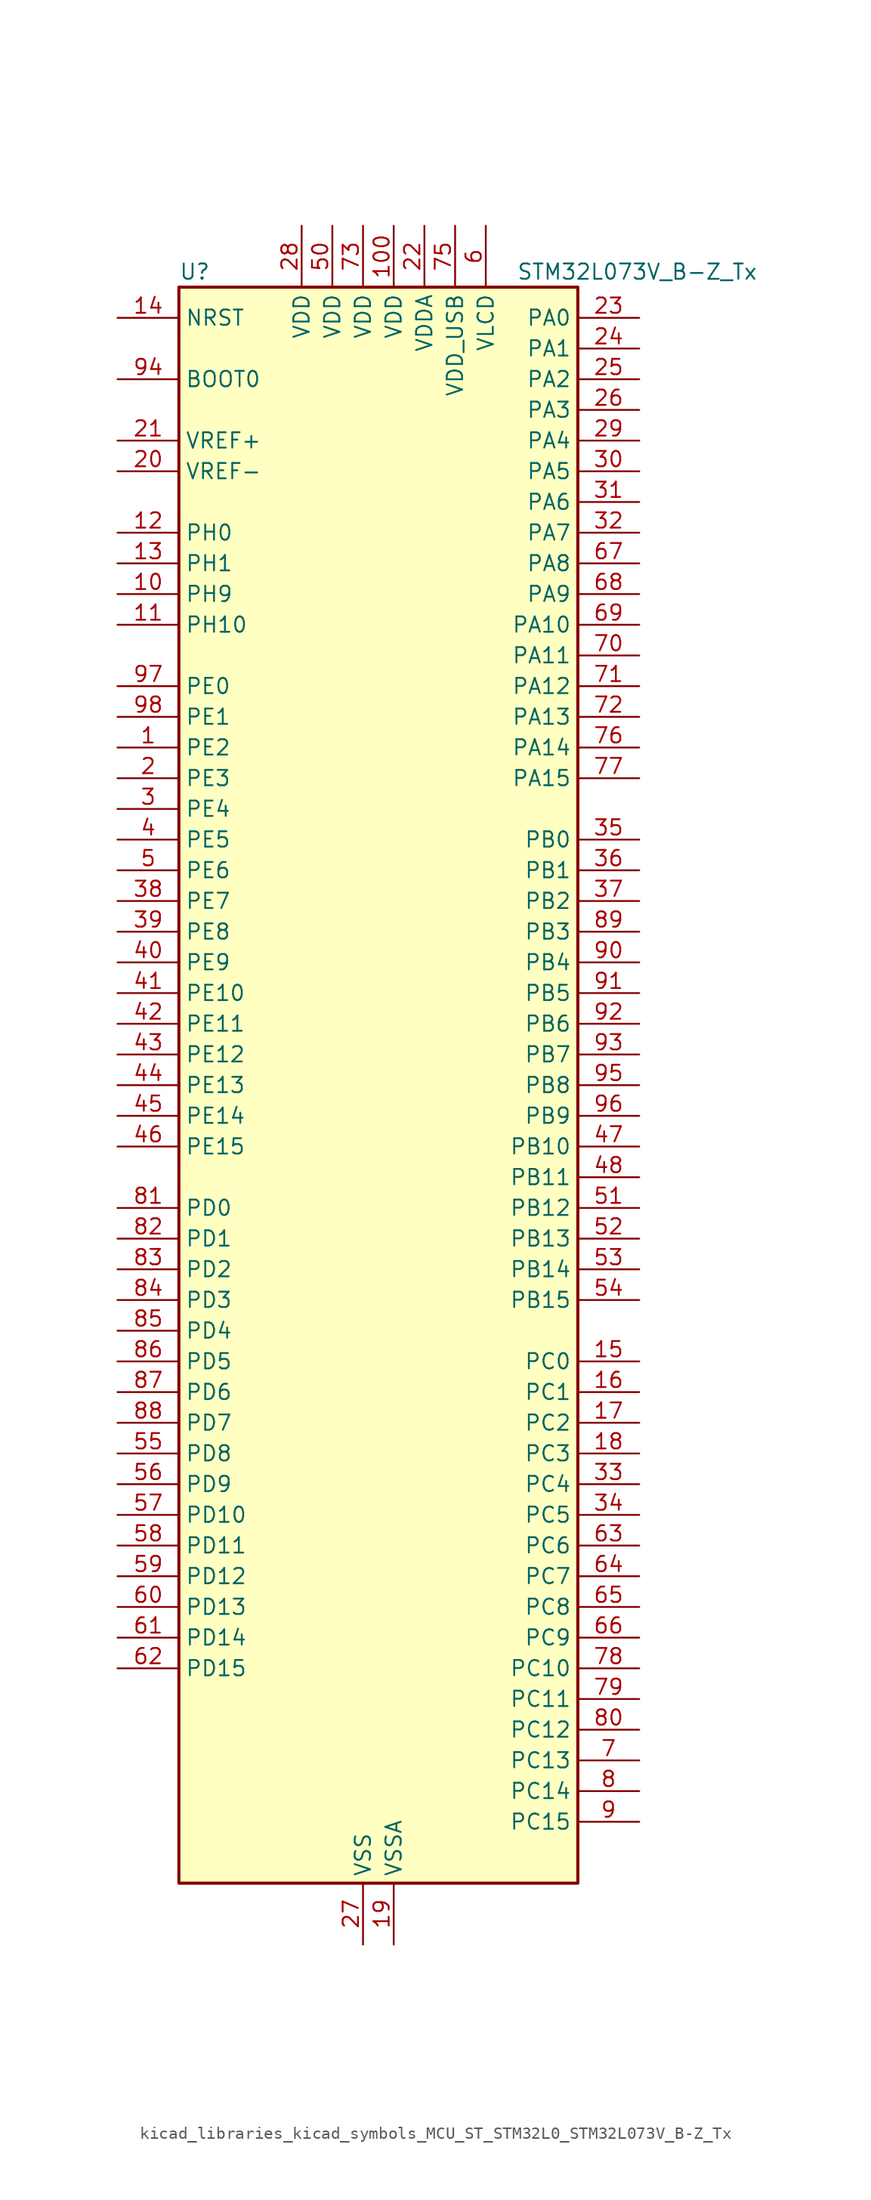
<source format=kicad_sym>
(kicad_symbol_lib
  (version 20220914)
  (generator kicad_symbol_editor)
  (symbol "kicad_libraries_kicad_symbols_MCU_ST_STM32L0_STM32L073V_B-Z_Tx"
    (property "Reference" "U"
      (at -15.24 67.31 0)
      (effects (font (size 1.27 1.27)) (justify left)))
    (property "Value" "STM32L073V_B-Z_Tx"
      (at 12.7 67.31 0)
      (effects (font (size 1.27 1.27)) (justify left)))
    (property "ki_locked" ""
      (at 0 0 0)
      (effects (font (size 1.27 1.27))))
    (symbol "kicad_libraries_kicad_symbols_MCU_ST_STM32L0_STM32L073V_B-Z_Tx_0_1"
      (rectangle (start -15.24 -66.04) (end 17.78 66.04) (stroke (width 0.254) (type default)) (fill (type background))))
    (symbol "kicad_libraries_kicad_symbols_MCU_ST_STM32L0_STM32L073V_B-Z_Tx_1_1"
      (pin bidirectional line (at -20.32 27.94 0) (length 5.08) (name "PE2" (effects (font (size 1.27 1.27)))) (number "1" (effects (font (size 1.27 1.27)))) (alternate "LCD_SEG38" bidirectional line) (alternate "TIM3_ETR" bidirectional line))
      (pin bidirectional line (at -20.32 40.64 0) (length 5.08) (name "PH9" (effects (font (size 1.27 1.27)))) (number "10" (effects (font (size 1.27 1.27)))) (alternate "DAC_EXTI9" bidirectional line))
      (pin power_in line (at 2.54 71.12 270) (length 5.08) (name "VDD" (effects (font (size 1.27 1.27)))) (number "100" (effects (font (size 1.27 1.27)))))
      (pin bidirectional line (at -20.32 38.1 0) (length 5.08) (name "PH10" (effects (font (size 1.27 1.27)))) (number "11" (effects (font (size 1.27 1.27)))))
      (pin bidirectional line (at -20.32 45.72 0) (length 5.08) (name "PH0" (effects (font (size 1.27 1.27)))) (number "12" (effects (font (size 1.27 1.27)))) (alternate "CRS_SYNC" bidirectional line) (alternate "RCC_OSC_IN" bidirectional line))
      (pin bidirectional line (at -20.32 43.18 0) (length 5.08) (name "PH1" (effects (font (size 1.27 1.27)))) (number "13" (effects (font (size 1.27 1.27)))) (alternate "RCC_OSC_OUT" bidirectional line))
      (pin input line (at -20.32 63.5 0) (length 5.08) (name "NRST" (effects (font (size 1.27 1.27)))) (number "14" (effects (font (size 1.27 1.27)))))
      (pin bidirectional line (at 22.86 -22.86 180) (length 5.08) (name "PC0" (effects (font (size 1.27 1.27)))) (number "15" (effects (font (size 1.27 1.27)))) (alternate "ADC_IN10" bidirectional line) (alternate "I2C3_SCL" bidirectional line) (alternate "LCD_SEG18" bidirectional line) (alternate "LPTIM1_IN1" bidirectional line) (alternate "LPUART1_RX" bidirectional line) (alternate "TSC_G7_IO1" bidirectional line))
      (pin bidirectional line (at 22.86 -25.4 180) (length 5.08) (name "PC1" (effects (font (size 1.27 1.27)))) (number "16" (effects (font (size 1.27 1.27)))) (alternate "ADC_IN11" bidirectional line) (alternate "I2C3_SDA" bidirectional line) (alternate "LCD_SEG19" bidirectional line) (alternate "LPTIM1_OUT" bidirectional line) (alternate "LPUART1_TX" bidirectional line) (alternate "TSC_G7_IO2" bidirectional line))
      (pin bidirectional line (at 22.86 -27.94 180) (length 5.08) (name "PC2" (effects (font (size 1.27 1.27)))) (number "17" (effects (font (size 1.27 1.27)))) (alternate "ADC_IN12" bidirectional line) (alternate "I2S2_MCK" bidirectional line) (alternate "LCD_SEG20" bidirectional line) (alternate "LPTIM1_IN2" bidirectional line) (alternate "SPI2_MISO" bidirectional line) (alternate "TSC_G7_IO3" bidirectional line))
      (pin bidirectional line (at 22.86 -30.48 180) (length 5.08) (name "PC3" (effects (font (size 1.27 1.27)))) (number "18" (effects (font (size 1.27 1.27)))) (alternate "ADC_IN13" bidirectional line) (alternate "I2S2_SD" bidirectional line) (alternate "LCD_SEG21" bidirectional line) (alternate "LPTIM1_ETR" bidirectional line) (alternate "SPI2_MOSI" bidirectional line) (alternate "TSC_G7_IO4" bidirectional line))
      (pin power_in line (at 2.54 -71.12 90) (length 5.08) (name "VSSA" (effects (font (size 1.27 1.27)))) (number "19" (effects (font (size 1.27 1.27)))))
      (pin bidirectional line (at -20.32 25.4 0) (length 5.08) (name "PE3" (effects (font (size 1.27 1.27)))) (number "2" (effects (font (size 1.27 1.27)))) (alternate "LCD_SEG39" bidirectional line) (alternate "TIM22_CH1" bidirectional line) (alternate "TIM3_CH1" bidirectional line))
      (pin input line (at -20.32 50.8 0) (length 5.08) (name "VREF-" (effects (font (size 1.27 1.27)))) (number "20" (effects (font (size 1.27 1.27)))))
      (pin input line (at -20.32 53.34 0) (length 5.08) (name "VREF+" (effects (font (size 1.27 1.27)))) (number "21" (effects (font (size 1.27 1.27)))))
      (pin power_in line (at 5.08 71.12 270) (length 5.08) (name "VDDA" (effects (font (size 1.27 1.27)))) (number "22" (effects (font (size 1.27 1.27)))))
      (pin bidirectional line (at 22.86 63.5 180) (length 5.08) (name "PA0" (effects (font (size 1.27 1.27)))) (number "23" (effects (font (size 1.27 1.27)))) (alternate "ADC_IN0" bidirectional line) (alternate "COMP1_INM" bidirectional line) (alternate "COMP1_OUT" bidirectional line) (alternate "RTC_TAMP2" bidirectional line) (alternate "SYS_WKUP1" bidirectional line) (alternate "TIM2_CH1" bidirectional line) (alternate "TIM2_ETR" bidirectional line) (alternate "TSC_G1_IO1" bidirectional line) (alternate "USART2_CTS" bidirectional line) (alternate "USART4_TX" bidirectional line))
      (pin bidirectional line (at 22.86 60.96 180) (length 5.08) (name "PA1" (effects (font (size 1.27 1.27)))) (number "24" (effects (font (size 1.27 1.27)))) (alternate "ADC_IN1" bidirectional line) (alternate "COMP1_INP" bidirectional line) (alternate "LCD_SEG0" bidirectional line) (alternate "TIM21_ETR" bidirectional line) (alternate "TIM2_CH2" bidirectional line) (alternate "TSC_G1_IO2" bidirectional line) (alternate "USART2_DE" bidirectional line) (alternate "USART2_RTS" bidirectional line) (alternate "USART4_RX" bidirectional line))
      (pin bidirectional line (at 22.86 58.42 180) (length 5.08) (name "PA2" (effects (font (size 1.27 1.27)))) (number "25" (effects (font (size 1.27 1.27)))) (alternate "ADC_IN2" bidirectional line) (alternate "COMP2_INM" bidirectional line) (alternate "COMP2_OUT" bidirectional line) (alternate "LCD_SEG1" bidirectional line) (alternate "LPUART1_TX" bidirectional line) (alternate "TIM21_CH1" bidirectional line) (alternate "TIM2_CH3" bidirectional line) (alternate "TSC_G1_IO3" bidirectional line) (alternate "USART2_TX" bidirectional line))
      (pin bidirectional line (at 22.86 55.88 180) (length 5.08) (name "PA3" (effects (font (size 1.27 1.27)))) (number "26" (effects (font (size 1.27 1.27)))) (alternate "ADC_IN3" bidirectional line) (alternate "COMP2_INP" bidirectional line) (alternate "LCD_SEG2" bidirectional line) (alternate "LPUART1_RX" bidirectional line) (alternate "TIM21_CH2" bidirectional line) (alternate "TIM2_CH4" bidirectional line) (alternate "TSC_G1_IO4" bidirectional line) (alternate "USART2_RX" bidirectional line))
      (pin power_in line (at 0 -71.12 90) (length 5.08) (name "VSS" (effects (font (size 1.27 1.27)))) (number "27" (effects (font (size 1.27 1.27)))))
      (pin power_in line (at -5.08 71.12 270) (length 5.08) (name "VDD" (effects (font (size 1.27 1.27)))) (number "28" (effects (font (size 1.27 1.27)))))
      (pin bidirectional line (at 22.86 53.34 180) (length 5.08) (name "PA4" (effects (font (size 1.27 1.27)))) (number "29" (effects (font (size 1.27 1.27)))) (alternate "ADC_IN4" bidirectional line) (alternate "COMP1_INM" bidirectional line) (alternate "COMP2_INM" bidirectional line) (alternate "DAC_OUT1" bidirectional line) (alternate "SPI1_NSS" bidirectional line) (alternate "TIM22_ETR" bidirectional line) (alternate "TSC_G2_IO1" bidirectional line) (alternate "USART2_CK" bidirectional line))
      (pin bidirectional line (at -20.32 22.86 0) (length 5.08) (name "PE4" (effects (font (size 1.27 1.27)))) (number "3" (effects (font (size 1.27 1.27)))) (alternate "TIM22_CH2" bidirectional line) (alternate "TIM3_CH2" bidirectional line))
      (pin bidirectional line (at 22.86 50.8 180) (length 5.08) (name "PA5" (effects (font (size 1.27 1.27)))) (number "30" (effects (font (size 1.27 1.27)))) (alternate "ADC_IN5" bidirectional line) (alternate "COMP1_INM" bidirectional line) (alternate "COMP2_INM" bidirectional line) (alternate "DAC_OUT2" bidirectional line) (alternate "SPI1_SCK" bidirectional line) (alternate "TIM2_CH1" bidirectional line) (alternate "TIM2_ETR" bidirectional line) (alternate "TSC_G2_IO2" bidirectional line))
      (pin bidirectional line (at 22.86 48.26 180) (length 5.08) (name "PA6" (effects (font (size 1.27 1.27)))) (number "31" (effects (font (size 1.27 1.27)))) (alternate "ADC_IN6" bidirectional line) (alternate "COMP1_OUT" bidirectional line) (alternate "LCD_SEG3" bidirectional line) (alternate "LPUART1_CTS" bidirectional line) (alternate "SPI1_MISO" bidirectional line) (alternate "TIM22_CH1" bidirectional line) (alternate "TIM3_CH1" bidirectional line) (alternate "TSC_G2_IO3" bidirectional line))
      (pin bidirectional line (at 22.86 45.72 180) (length 5.08) (name "PA7" (effects (font (size 1.27 1.27)))) (number "32" (effects (font (size 1.27 1.27)))) (alternate "ADC_IN7" bidirectional line) (alternate "COMP2_OUT" bidirectional line) (alternate "LCD_SEG4" bidirectional line) (alternate "SPI1_MOSI" bidirectional line) (alternate "TIM22_CH2" bidirectional line) (alternate "TIM3_CH2" bidirectional line) (alternate "TSC_G2_IO4" bidirectional line))
      (pin bidirectional line (at 22.86 -33.02 180) (length 5.08) (name "PC4" (effects (font (size 1.27 1.27)))) (number "33" (effects (font (size 1.27 1.27)))) (alternate "ADC_IN14" bidirectional line) (alternate "LCD_SEG22" bidirectional line) (alternate "LPUART1_TX" bidirectional line))
      (pin bidirectional line (at 22.86 -35.56 180) (length 5.08) (name "PC5" (effects (font (size 1.27 1.27)))) (number "34" (effects (font (size 1.27 1.27)))) (alternate "ADC_IN15" bidirectional line) (alternate "LCD_SEG23" bidirectional line) (alternate "LPUART1_RX" bidirectional line) (alternate "TSC_G3_IO1" bidirectional line))
      (pin bidirectional line (at 22.86 20.32 180) (length 5.08) (name "PB0" (effects (font (size 1.27 1.27)))) (number "35" (effects (font (size 1.27 1.27)))) (alternate "ADC_IN8" bidirectional line) (alternate "LCD_SEG5" bidirectional line) (alternate "LCD_VLCD3" bidirectional line) (alternate "SYS_VREF_OUT_PB0" bidirectional line) (alternate "TIM3_CH3" bidirectional line) (alternate "TSC_G3_IO2" bidirectional line))
      (pin bidirectional line (at 22.86 17.78 180) (length 5.08) (name "PB1" (effects (font (size 1.27 1.27)))) (number "36" (effects (font (size 1.27 1.27)))) (alternate "ADC_IN9" bidirectional line) (alternate "LCD_SEG6" bidirectional line) (alternate "LPUART1_DE" bidirectional line) (alternate "LPUART1_RTS" bidirectional line) (alternate "SYS_VREF_OUT_PB1" bidirectional line) (alternate "TIM3_CH4" bidirectional line) (alternate "TSC_G3_IO3" bidirectional line))
      (pin bidirectional line (at 22.86 15.24 180) (length 5.08) (name "PB2" (effects (font (size 1.27 1.27)))) (number "37" (effects (font (size 1.27 1.27)))) (alternate "I2C3_SMBA" bidirectional line) (alternate "LCD_VLCD2" bidirectional line) (alternate "LPTIM1_OUT" bidirectional line) (alternate "TSC_G3_IO4" bidirectional line))
      (pin bidirectional line (at -20.32 15.24 0) (length 5.08) (name "PE7" (effects (font (size 1.27 1.27)))) (number "38" (effects (font (size 1.27 1.27)))) (alternate "LCD_SEG45" bidirectional line) (alternate "USART5_CK" bidirectional line) (alternate "USART5_DE" bidirectional line) (alternate "USART5_RTS" bidirectional line))
      (pin bidirectional line (at -20.32 12.7 0) (length 5.08) (name "PE8" (effects (font (size 1.27 1.27)))) (number "39" (effects (font (size 1.27 1.27)))) (alternate "LCD_SEG46" bidirectional line) (alternate "USART4_TX" bidirectional line))
      (pin bidirectional line (at -20.32 20.32 0) (length 5.08) (name "PE5" (effects (font (size 1.27 1.27)))) (number "4" (effects (font (size 1.27 1.27)))) (alternate "TIM21_CH1" bidirectional line) (alternate "TIM3_CH3" bidirectional line))
      (pin bidirectional line (at -20.32 10.16 0) (length 5.08) (name "PE9" (effects (font (size 1.27 1.27)))) (number "40" (effects (font (size 1.27 1.27)))) (alternate "DAC_EXTI9" bidirectional line) (alternate "LCD_SEG47" bidirectional line) (alternate "TIM2_CH1" bidirectional line) (alternate "TIM2_ETR" bidirectional line) (alternate "USART4_RX" bidirectional line))
      (pin bidirectional line (at -20.32 7.62 0) (length 5.08) (name "PE10" (effects (font (size 1.27 1.27)))) (number "41" (effects (font (size 1.27 1.27)))) (alternate "LCD_SEG40" bidirectional line) (alternate "TIM2_CH2" bidirectional line) (alternate "USART5_TX" bidirectional line))
      (pin bidirectional line (at -20.32 5.08 0) (length 5.08) (name "PE11" (effects (font (size 1.27 1.27)))) (number "42" (effects (font (size 1.27 1.27)))) (alternate "ADC_EXTI11" bidirectional line) (alternate "LCD_VLCD1" bidirectional line) (alternate "TIM2_CH3" bidirectional line) (alternate "USART5_RX" bidirectional line))
      (pin bidirectional line (at -20.32 2.54 0) (length 5.08) (name "PE12" (effects (font (size 1.27 1.27)))) (number "43" (effects (font (size 1.27 1.27)))) (alternate "LCD_VLCD3" bidirectional line) (alternate "SPI1_NSS" bidirectional line) (alternate "TIM2_CH4" bidirectional line))
      (pin bidirectional line (at -20.32 0 0) (length 5.08) (name "PE13" (effects (font (size 1.27 1.27)))) (number "44" (effects (font (size 1.27 1.27)))) (alternate "LCD_SEG41" bidirectional line) (alternate "SPI1_SCK" bidirectional line))
      (pin bidirectional line (at -20.32 -2.54 0) (length 5.08) (name "PE14" (effects (font (size 1.27 1.27)))) (number "45" (effects (font (size 1.27 1.27)))) (alternate "LCD_SEG42" bidirectional line) (alternate "SPI1_MISO" bidirectional line))
      (pin bidirectional line (at -20.32 -5.08 0) (length 5.08) (name "PE15" (effects (font (size 1.27 1.27)))) (number "46" (effects (font (size 1.27 1.27)))) (alternate "LCD_SEG43" bidirectional line) (alternate "SPI1_MOSI" bidirectional line))
      (pin bidirectional line (at 22.86 -5.08 180) (length 5.08) (name "PB10" (effects (font (size 1.27 1.27)))) (number "47" (effects (font (size 1.27 1.27)))) (alternate "I2C2_SCL" bidirectional line) (alternate "LCD_SEG10" bidirectional line) (alternate "LPUART1_RX" bidirectional line) (alternate "LPUART1_TX" bidirectional line) (alternate "SPI2_SCK" bidirectional line) (alternate "TIM2_CH3" bidirectional line) (alternate "TSC_SYNC" bidirectional line))
      (pin bidirectional line (at 22.86 -7.62 180) (length 5.08) (name "PB11" (effects (font (size 1.27 1.27)))) (number "48" (effects (font (size 1.27 1.27)))) (alternate "ADC_EXTI11" bidirectional line) (alternate "I2C2_SDA" bidirectional line) (alternate "LCD_SEG11" bidirectional line) (alternate "LPUART1_RX" bidirectional line) (alternate "LPUART1_TX" bidirectional line) (alternate "TIM2_CH4" bidirectional line) (alternate "TSC_G6_IO1" bidirectional line))
      (pin passive line (at 0 -71.12 90) (length 5.08) hide (name "VSS" (effects (font (size 1.27 1.27)))) (number "49" (effects (font (size 1.27 1.27)))))
      (pin bidirectional line (at -20.32 17.78 0) (length 5.08) (name "PE6" (effects (font (size 1.27 1.27)))) (number "5" (effects (font (size 1.27 1.27)))) (alternate "RTC_TAMP3" bidirectional line) (alternate "SYS_WKUP3" bidirectional line) (alternate "TIM21_CH2" bidirectional line) (alternate "TIM3_CH4" bidirectional line))
      (pin power_in line (at -2.54 71.12 270) (length 5.08) (name "VDD" (effects (font (size 1.27 1.27)))) (number "50" (effects (font (size 1.27 1.27)))))
      (pin bidirectional line (at 22.86 -10.16 180) (length 5.08) (name "PB12" (effects (font (size 1.27 1.27)))) (number "51" (effects (font (size 1.27 1.27)))) (alternate "I2S2_WS" bidirectional line) (alternate "LCD_SEG12" bidirectional line) (alternate "LCD_VLCD2" bidirectional line) (alternate "LPUART1_DE" bidirectional line) (alternate "LPUART1_RTS" bidirectional line) (alternate "SPI2_NSS" bidirectional line) (alternate "TSC_G6_IO2" bidirectional line))
      (pin bidirectional line (at 22.86 -12.7 180) (length 5.08) (name "PB13" (effects (font (size 1.27 1.27)))) (number "52" (effects (font (size 1.27 1.27)))) (alternate "I2C2_SCL" bidirectional line) (alternate "I2S2_CK" bidirectional line) (alternate "LCD_SEG13" bidirectional line) (alternate "LPUART1_CTS" bidirectional line) (alternate "RCC_MCO" bidirectional line) (alternate "SPI2_SCK" bidirectional line) (alternate "TIM21_CH1" bidirectional line) (alternate "TSC_G6_IO3" bidirectional line))
      (pin bidirectional line (at 22.86 -15.24 180) (length 5.08) (name "PB14" (effects (font (size 1.27 1.27)))) (number "53" (effects (font (size 1.27 1.27)))) (alternate "I2C2_SDA" bidirectional line) (alternate "I2S2_MCK" bidirectional line) (alternate "LCD_SEG14" bidirectional line) (alternate "LPUART1_DE" bidirectional line) (alternate "LPUART1_RTS" bidirectional line) (alternate "RTC_OUT_ALARM" bidirectional line) (alternate "RTC_OUT_CALIB" bidirectional line) (alternate "SPI2_MISO" bidirectional line) (alternate "TIM21_CH2" bidirectional line) (alternate "TSC_G6_IO4" bidirectional line))
      (pin bidirectional line (at 22.86 -17.78 180) (length 5.08) (name "PB15" (effects (font (size 1.27 1.27)))) (number "54" (effects (font (size 1.27 1.27)))) (alternate "I2S2_SD" bidirectional line) (alternate "LCD_SEG15" bidirectional line) (alternate "RTC_REFIN" bidirectional line) (alternate "SPI2_MOSI" bidirectional line))
      (pin bidirectional line (at -20.32 -30.48 0) (length 5.08) (name "PD8" (effects (font (size 1.27 1.27)))) (number "55" (effects (font (size 1.27 1.27)))) (alternate "LCD_SEG28" bidirectional line) (alternate "LPUART1_TX" bidirectional line))
      (pin bidirectional line (at -20.32 -33.02 0) (length 5.08) (name "PD9" (effects (font (size 1.27 1.27)))) (number "56" (effects (font (size 1.27 1.27)))) (alternate "DAC_EXTI9" bidirectional line) (alternate "LCD_SEG29" bidirectional line) (alternate "LPUART1_RX" bidirectional line))
      (pin bidirectional line (at -20.32 -35.56 0) (length 5.08) (name "PD10" (effects (font (size 1.27 1.27)))) (number "57" (effects (font (size 1.27 1.27)))) (alternate "LCD_SEG30" bidirectional line))
      (pin bidirectional line (at -20.32 -38.1 0) (length 5.08) (name "PD11" (effects (font (size 1.27 1.27)))) (number "58" (effects (font (size 1.27 1.27)))) (alternate "ADC_EXTI11" bidirectional line) (alternate "LCD_SEG31" bidirectional line) (alternate "LPUART1_CTS" bidirectional line))
      (pin bidirectional line (at -20.32 -40.64 0) (length 5.08) (name "PD12" (effects (font (size 1.27 1.27)))) (number "59" (effects (font (size 1.27 1.27)))) (alternate "LCD_SEG32" bidirectional line) (alternate "LPUART1_DE" bidirectional line) (alternate "LPUART1_RTS" bidirectional line))
      (pin power_in line (at 10.16 71.12 270) (length 5.08) (name "VLCD" (effects (font (size 1.27 1.27)))) (number "6" (effects (font (size 1.27 1.27)))))
      (pin bidirectional line (at -20.32 -43.18 0) (length 5.08) (name "PD13" (effects (font (size 1.27 1.27)))) (number "60" (effects (font (size 1.27 1.27)))) (alternate "LCD_SEG33" bidirectional line))
      (pin bidirectional line (at -20.32 -45.72 0) (length 5.08) (name "PD14" (effects (font (size 1.27 1.27)))) (number "61" (effects (font (size 1.27 1.27)))) (alternate "LCD_SEG34" bidirectional line))
      (pin bidirectional line (at -20.32 -48.26 0) (length 5.08) (name "PD15" (effects (font (size 1.27 1.27)))) (number "62" (effects (font (size 1.27 1.27)))) (alternate "CRS_SYNC" bidirectional line) (alternate "LCD_SEG35" bidirectional line))
      (pin bidirectional line (at 22.86 -38.1 180) (length 5.08) (name "PC6" (effects (font (size 1.27 1.27)))) (number "63" (effects (font (size 1.27 1.27)))) (alternate "LCD_SEG24" bidirectional line) (alternate "TIM22_CH1" bidirectional line) (alternate "TIM3_CH1" bidirectional line) (alternate "TSC_G8_IO1" bidirectional line))
      (pin bidirectional line (at 22.86 -40.64 180) (length 5.08) (name "PC7" (effects (font (size 1.27 1.27)))) (number "64" (effects (font (size 1.27 1.27)))) (alternate "LCD_SEG25" bidirectional line) (alternate "TIM22_CH2" bidirectional line) (alternate "TIM3_CH2" bidirectional line) (alternate "TSC_G8_IO2" bidirectional line))
      (pin bidirectional line (at 22.86 -43.18 180) (length 5.08) (name "PC8" (effects (font (size 1.27 1.27)))) (number "65" (effects (font (size 1.27 1.27)))) (alternate "LCD_SEG26" bidirectional line) (alternate "TIM22_ETR" bidirectional line) (alternate "TIM3_CH3" bidirectional line) (alternate "TSC_G8_IO3" bidirectional line))
      (pin bidirectional line (at 22.86 -45.72 180) (length 5.08) (name "PC9" (effects (font (size 1.27 1.27)))) (number "66" (effects (font (size 1.27 1.27)))) (alternate "DAC_EXTI9" bidirectional line) (alternate "I2C3_SDA" bidirectional line) (alternate "LCD_SEG27" bidirectional line) (alternate "TIM21_ETR" bidirectional line) (alternate "TIM3_CH4" bidirectional line) (alternate "TSC_G8_IO4" bidirectional line) (alternate "USB_NOE" bidirectional line))
      (pin bidirectional line (at 22.86 43.18 180) (length 5.08) (name "PA8" (effects (font (size 1.27 1.27)))) (number "67" (effects (font (size 1.27 1.27)))) (alternate "CRS_SYNC" bidirectional line) (alternate "I2C3_SCL" bidirectional line) (alternate "LCD_COM0" bidirectional line) (alternate "RCC_MCO" bidirectional line) (alternate "USART1_CK" bidirectional line))
      (pin bidirectional line (at 22.86 40.64 180) (length 5.08) (name "PA9" (effects (font (size 1.27 1.27)))) (number "68" (effects (font (size 1.27 1.27)))) (alternate "DAC_EXTI9" bidirectional line) (alternate "I2C1_SCL" bidirectional line) (alternate "I2C3_SMBA" bidirectional line) (alternate "LCD_COM1" bidirectional line) (alternate "RCC_MCO" bidirectional line) (alternate "TSC_G4_IO1" bidirectional line) (alternate "USART1_TX" bidirectional line))
      (pin bidirectional line (at 22.86 38.1 180) (length 5.08) (name "PA10" (effects (font (size 1.27 1.27)))) (number "69" (effects (font (size 1.27 1.27)))) (alternate "I2C1_SDA" bidirectional line) (alternate "LCD_COM2" bidirectional line) (alternate "TSC_G4_IO2" bidirectional line) (alternate "USART1_RX" bidirectional line))
      (pin bidirectional line (at 22.86 -55.88 180) (length 5.08) (name "PC13" (effects (font (size 1.27 1.27)))) (number "7" (effects (font (size 1.27 1.27)))) (alternate "RTC_OUT_ALARM" bidirectional line) (alternate "RTC_OUT_CALIB" bidirectional line) (alternate "RTC_TAMP1" bidirectional line) (alternate "RTC_TS" bidirectional line) (alternate "SYS_WKUP2" bidirectional line))
      (pin bidirectional line (at 22.86 35.56 180) (length 5.08) (name "PA11" (effects (font (size 1.27 1.27)))) (number "70" (effects (font (size 1.27 1.27)))) (alternate "ADC_EXTI11" bidirectional line) (alternate "COMP1_OUT" bidirectional line) (alternate "SPI1_MISO" bidirectional line) (alternate "TSC_G4_IO3" bidirectional line) (alternate "USART1_CTS" bidirectional line) (alternate "USB_DM" bidirectional line))
      (pin bidirectional line (at 22.86 33.02 180) (length 5.08) (name "PA12" (effects (font (size 1.27 1.27)))) (number "71" (effects (font (size 1.27 1.27)))) (alternate "COMP2_OUT" bidirectional line) (alternate "SPI1_MOSI" bidirectional line) (alternate "TSC_G4_IO4" bidirectional line) (alternate "USART1_DE" bidirectional line) (alternate "USART1_RTS" bidirectional line) (alternate "USB_DP" bidirectional line))
      (pin bidirectional line (at 22.86 30.48 180) (length 5.08) (name "PA13" (effects (font (size 1.27 1.27)))) (number "72" (effects (font (size 1.27 1.27)))) (alternate "LPUART1_RX" bidirectional line) (alternate "SYS_SWDIO" bidirectional line) (alternate "USB_NOE" bidirectional line))
      (pin power_in line (at 0 71.12 270) (length 5.08) (name "VDD" (effects (font (size 1.27 1.27)))) (number "73" (effects (font (size 1.27 1.27)))))
      (pin passive line (at 0 -71.12 90) (length 5.08) hide (name "VSS" (effects (font (size 1.27 1.27)))) (number "74" (effects (font (size 1.27 1.27)))))
      (pin power_in line (at 7.62 71.12 270) (length 5.08) (name "VDD_USB" (effects (font (size 1.27 1.27)))) (number "75" (effects (font (size 1.27 1.27)))))
      (pin bidirectional line (at 22.86 27.94 180) (length 5.08) (name "PA14" (effects (font (size 1.27 1.27)))) (number "76" (effects (font (size 1.27 1.27)))) (alternate "LPUART1_TX" bidirectional line) (alternate "SYS_SWCLK" bidirectional line) (alternate "USART2_TX" bidirectional line))
      (pin bidirectional line (at 22.86 25.4 180) (length 5.08) (name "PA15" (effects (font (size 1.27 1.27)))) (number "77" (effects (font (size 1.27 1.27)))) (alternate "LCD_SEG17" bidirectional line) (alternate "SPI1_NSS" bidirectional line) (alternate "TIM2_CH1" bidirectional line) (alternate "TIM2_ETR" bidirectional line) (alternate "USART2_RX" bidirectional line) (alternate "USART4_DE" bidirectional line) (alternate "USART4_RTS" bidirectional line))
      (pin bidirectional line (at 22.86 -48.26 180) (length 5.08) (name "PC10" (effects (font (size 1.27 1.27)))) (number "78" (effects (font (size 1.27 1.27)))) (alternate "LCD_COM4" bidirectional line) (alternate "LCD_SEG28" bidirectional line) (alternate "LCD_SEG48" bidirectional line) (alternate "LPUART1_TX" bidirectional line) (alternate "USART4_TX" bidirectional line))
      (pin bidirectional line (at 22.86 -50.8 180) (length 5.08) (name "PC11" (effects (font (size 1.27 1.27)))) (number "79" (effects (font (size 1.27 1.27)))) (alternate "ADC_EXTI11" bidirectional line) (alternate "LCD_COM5" bidirectional line) (alternate "LCD_SEG29" bidirectional line) (alternate "LCD_SEG49" bidirectional line) (alternate "LPUART1_RX" bidirectional line) (alternate "USART4_RX" bidirectional line))
      (pin bidirectional line (at 22.86 -58.42 180) (length 5.08) (name "PC14" (effects (font (size 1.27 1.27)))) (number "8" (effects (font (size 1.27 1.27)))) (alternate "RCC_OSC32_IN" bidirectional line))
      (pin bidirectional line (at 22.86 -53.34 180) (length 5.08) (name "PC12" (effects (font (size 1.27 1.27)))) (number "80" (effects (font (size 1.27 1.27)))) (alternate "LCD_COM6" bidirectional line) (alternate "LCD_SEG30" bidirectional line) (alternate "LCD_SEG50" bidirectional line) (alternate "USART4_CK" bidirectional line) (alternate "USART5_TX" bidirectional line))
      (pin bidirectional line (at -20.32 -10.16 0) (length 5.08) (name "PD0" (effects (font (size 1.27 1.27)))) (number "81" (effects (font (size 1.27 1.27)))) (alternate "I2S2_WS" bidirectional line) (alternate "SPI2_NSS" bidirectional line) (alternate "TIM21_CH1" bidirectional line))
      (pin bidirectional line (at -20.32 -12.7 0) (length 5.08) (name "PD1" (effects (font (size 1.27 1.27)))) (number "82" (effects (font (size 1.27 1.27)))) (alternate "I2S2_CK" bidirectional line) (alternate "SPI2_SCK" bidirectional line))
      (pin bidirectional line (at -20.32 -15.24 0) (length 5.08) (name "PD2" (effects (font (size 1.27 1.27)))) (number "83" (effects (font (size 1.27 1.27)))) (alternate "LCD_COM7" bidirectional line) (alternate "LCD_SEG31" bidirectional line) (alternate "LCD_SEG51" bidirectional line) (alternate "LPUART1_DE" bidirectional line) (alternate "LPUART1_RTS" bidirectional line) (alternate "TIM3_ETR" bidirectional line) (alternate "USART5_RX" bidirectional line))
      (pin bidirectional line (at -20.32 -17.78 0) (length 5.08) (name "PD3" (effects (font (size 1.27 1.27)))) (number "84" (effects (font (size 1.27 1.27)))) (alternate "I2S2_MCK" bidirectional line) (alternate "LCD_SEG44" bidirectional line) (alternate "SPI2_MISO" bidirectional line) (alternate "USART2_CTS" bidirectional line))
      (pin bidirectional line (at -20.32 -20.32 0) (length 5.08) (name "PD4" (effects (font (size 1.27 1.27)))) (number "85" (effects (font (size 1.27 1.27)))) (alternate "I2S2_SD" bidirectional line) (alternate "SPI2_MOSI" bidirectional line) (alternate "USART2_DE" bidirectional line) (alternate "USART2_RTS" bidirectional line))
      (pin bidirectional line (at -20.32 -22.86 0) (length 5.08) (name "PD5" (effects (font (size 1.27 1.27)))) (number "86" (effects (font (size 1.27 1.27)))) (alternate "USART2_TX" bidirectional line))
      (pin bidirectional line (at -20.32 -25.4 0) (length 5.08) (name "PD6" (effects (font (size 1.27 1.27)))) (number "87" (effects (font (size 1.27 1.27)))) (alternate "USART2_RX" bidirectional line))
      (pin bidirectional line (at -20.32 -27.94 0) (length 5.08) (name "PD7" (effects (font (size 1.27 1.27)))) (number "88" (effects (font (size 1.27 1.27)))) (alternate "TIM21_CH2" bidirectional line) (alternate "USART2_CK" bidirectional line))
      (pin bidirectional line (at 22.86 12.7 180) (length 5.08) (name "PB3" (effects (font (size 1.27 1.27)))) (number "89" (effects (font (size 1.27 1.27)))) (alternate "COMP2_INM" bidirectional line) (alternate "LCD_SEG7" bidirectional line) (alternate "SPI1_SCK" bidirectional line) (alternate "TIM2_CH2" bidirectional line) (alternate "TSC_G5_IO1" bidirectional line) (alternate "USART1_DE" bidirectional line) (alternate "USART1_RTS" bidirectional line) (alternate "USART5_TX" bidirectional line))
      (pin bidirectional line (at 22.86 -60.96 180) (length 5.08) (name "PC15" (effects (font (size 1.27 1.27)))) (number "9" (effects (font (size 1.27 1.27)))) (alternate "RCC_OSC32_OUT" bidirectional line))
      (pin bidirectional line (at 22.86 10.16 180) (length 5.08) (name "PB4" (effects (font (size 1.27 1.27)))) (number "90" (effects (font (size 1.27 1.27)))) (alternate "COMP2_INP" bidirectional line) (alternate "I2C3_SDA" bidirectional line) (alternate "LCD_SEG8" bidirectional line) (alternate "SPI1_MISO" bidirectional line) (alternate "TIM22_CH1" bidirectional line) (alternate "TIM3_CH1" bidirectional line) (alternate "TSC_G5_IO2" bidirectional line) (alternate "USART1_CTS" bidirectional line) (alternate "USART5_RX" bidirectional line))
      (pin bidirectional line (at 22.86 7.62 180) (length 5.08) (name "PB5" (effects (font (size 1.27 1.27)))) (number "91" (effects (font (size 1.27 1.27)))) (alternate "COMP2_INP" bidirectional line) (alternate "I2C1_SMBA" bidirectional line) (alternate "LCD_SEG9" bidirectional line) (alternate "LPTIM1_IN1" bidirectional line) (alternate "SPI1_MOSI" bidirectional line) (alternate "TIM22_CH2" bidirectional line) (alternate "TIM3_CH2" bidirectional line) (alternate "USART1_CK" bidirectional line) (alternate "USART5_CK" bidirectional line) (alternate "USART5_DE" bidirectional line) (alternate "USART5_RTS" bidirectional line))
      (pin bidirectional line (at 22.86 5.08 180) (length 5.08) (name "PB6" (effects (font (size 1.27 1.27)))) (number "92" (effects (font (size 1.27 1.27)))) (alternate "COMP2_INP" bidirectional line) (alternate "I2C1_SCL" bidirectional line) (alternate "LPTIM1_ETR" bidirectional line) (alternate "TSC_G5_IO3" bidirectional line) (alternate "USART1_TX" bidirectional line))
      (pin bidirectional line (at 22.86 2.54 180) (length 5.08) (name "PB7" (effects (font (size 1.27 1.27)))) (number "93" (effects (font (size 1.27 1.27)))) (alternate "COMP2_INP" bidirectional line) (alternate "I2C1_SDA" bidirectional line) (alternate "LPTIM1_IN2" bidirectional line) (alternate "SYS_PVD_IN" bidirectional line) (alternate "TSC_G5_IO4" bidirectional line) (alternate "USART1_RX" bidirectional line) (alternate "USART4_CTS" bidirectional line))
      (pin input line (at -20.32 58.42 0) (length 5.08) (name "BOOT0" (effects (font (size 1.27 1.27)))) (number "94" (effects (font (size 1.27 1.27)))))
      (pin bidirectional line (at 22.86 0 180) (length 5.08) (name "PB8" (effects (font (size 1.27 1.27)))) (number "95" (effects (font (size 1.27 1.27)))) (alternate "I2C1_SCL" bidirectional line) (alternate "LCD_SEG16" bidirectional line) (alternate "TSC_SYNC" bidirectional line))
      (pin bidirectional line (at 22.86 -2.54 180) (length 5.08) (name "PB9" (effects (font (size 1.27 1.27)))) (number "96" (effects (font (size 1.27 1.27)))) (alternate "DAC_EXTI9" bidirectional line) (alternate "I2C1_SDA" bidirectional line) (alternate "I2S2_WS" bidirectional line) (alternate "LCD_COM3" bidirectional line) (alternate "SPI2_NSS" bidirectional line))
      (pin bidirectional line (at -20.32 33.02 0) (length 5.08) (name "PE0" (effects (font (size 1.27 1.27)))) (number "97" (effects (font (size 1.27 1.27)))) (alternate "LCD_SEG36" bidirectional line))
      (pin bidirectional line (at -20.32 30.48 0) (length 5.08) (name "PE1" (effects (font (size 1.27 1.27)))) (number "98" (effects (font (size 1.27 1.27)))) (alternate "LCD_SEG37" bidirectional line))
      (pin passive line (at 0 -71.12 90) (length 5.08) hide (name "VSS" (effects (font (size 1.27 1.27)))) (number "99" (effects (font (size 1.27 1.27))))))))
</source>
